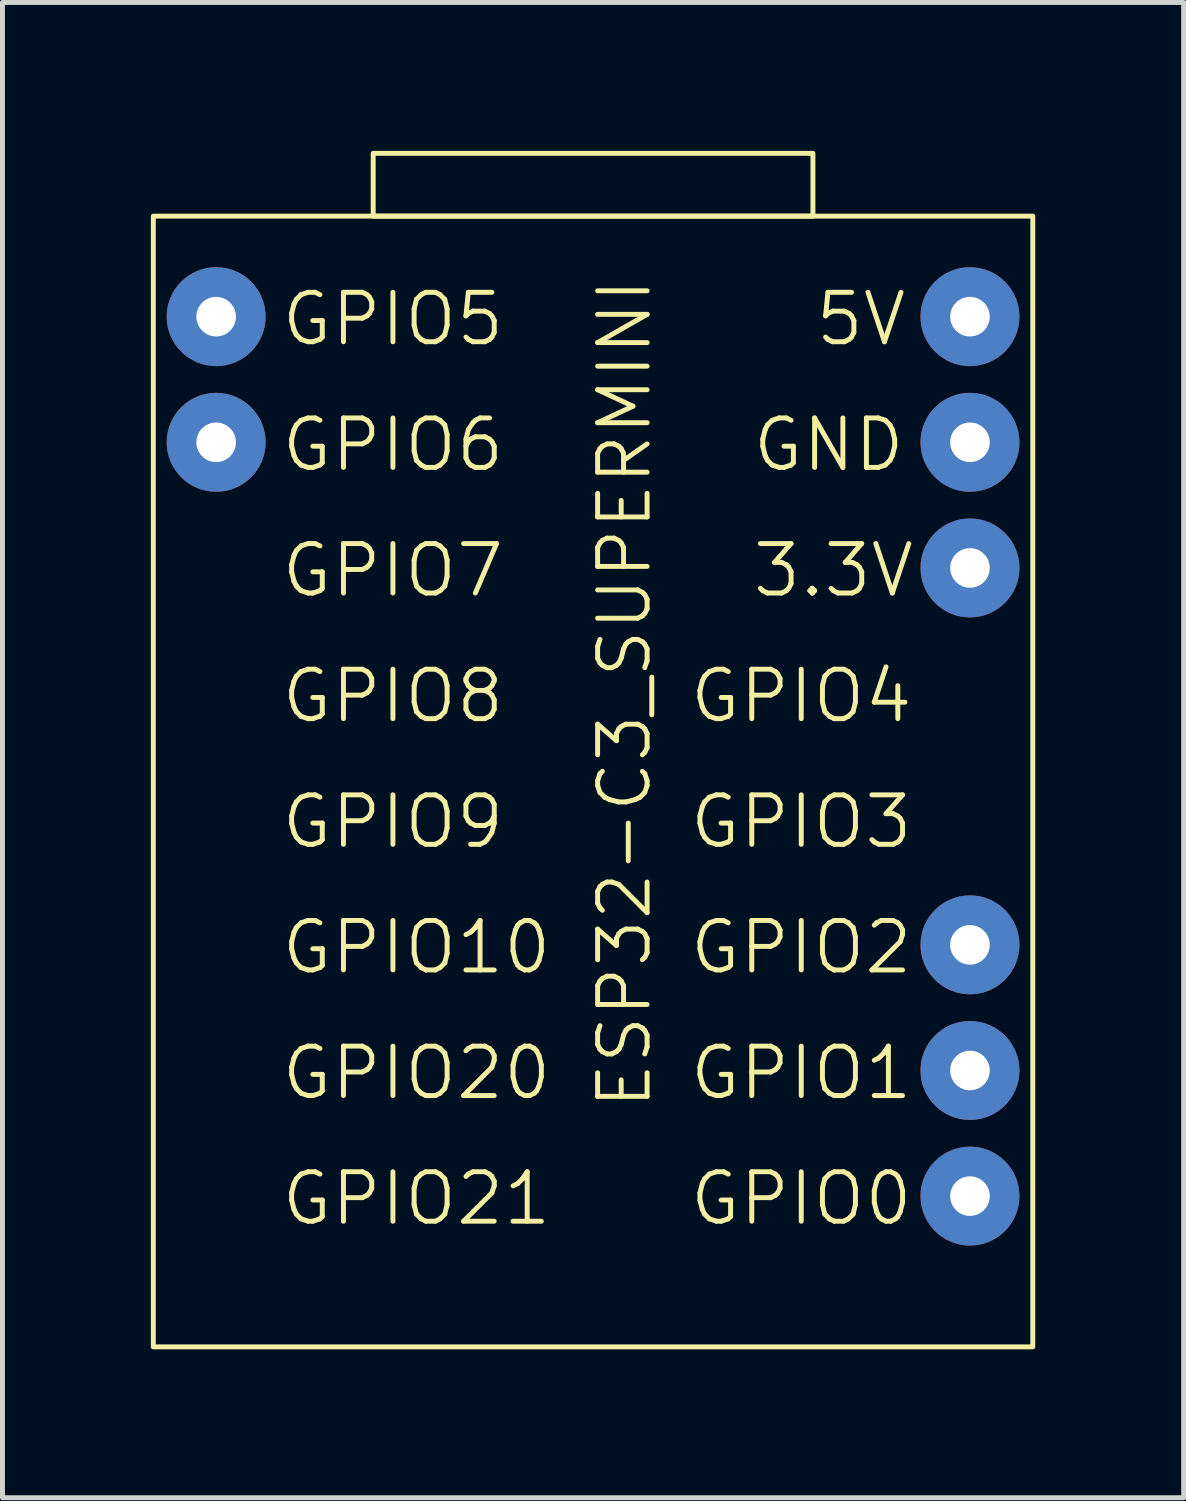
<source format=kicad_pcb>
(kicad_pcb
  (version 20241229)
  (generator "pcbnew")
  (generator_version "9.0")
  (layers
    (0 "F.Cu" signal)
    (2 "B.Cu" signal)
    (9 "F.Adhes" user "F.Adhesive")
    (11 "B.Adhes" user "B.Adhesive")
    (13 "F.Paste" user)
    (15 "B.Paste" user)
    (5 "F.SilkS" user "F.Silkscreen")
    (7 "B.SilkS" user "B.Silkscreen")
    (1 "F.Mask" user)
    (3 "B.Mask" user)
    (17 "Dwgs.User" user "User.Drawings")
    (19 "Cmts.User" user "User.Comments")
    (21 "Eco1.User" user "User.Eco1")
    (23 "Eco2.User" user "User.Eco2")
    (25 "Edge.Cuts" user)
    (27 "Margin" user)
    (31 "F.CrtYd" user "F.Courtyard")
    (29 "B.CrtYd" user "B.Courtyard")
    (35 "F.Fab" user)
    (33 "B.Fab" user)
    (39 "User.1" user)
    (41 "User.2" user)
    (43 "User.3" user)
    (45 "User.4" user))
  (footprint "ESP32-C3_SUPERMINI"
    (layer "F.Cu")
    (at 8.94 12.242)
    (property "Reference" "ESP32-C3_SUPERMINI" (at 0.635 -1.27 90) (unlocked yes) (layer "F.SilkS") (effects (font (size 1 1) (thickness 0.1))))
    (attr through_hole)
    (fp_rect (start -8.89 -10.922) (end 8.89 11.938) (stroke (width 0.1) (type default)) (fill no) (layer "F.SilkS"))
    (fp_rect (start -4.445 -12.192) (end 4.445 -10.922) (stroke (width 0.1) (type default)) (fill no) (layer "F.SilkS"))
    (fp_text user "GPIO8" (at -6.35 -0.635 0) (unlocked yes) (layer "F.SilkS") (effects (font (size 1 1) (thickness 0.1)) (justify left bottom)))
    (fp_text user "GPIO7" (at -6.35 -3.175 0) (unlocked yes) (layer "F.SilkS") (effects (font (size 1 1) (thickness 0.1)) (justify left bottom)))
    (fp_text user "GPIO5" (at -6.35 -8.255 0) (unlocked yes) (layer "F.SilkS") (effects (font (size 1 1) (thickness 0.1)) (justify left bottom)))
    (fp_text user "GPIO2" (at 1.905 4.445 0) (unlocked yes) (layer "F.SilkS") (effects (font (size 1 1) (thickness 0.1)) (justify left bottom)))
    (fp_text user "GPIO10" (at -6.35 4.445 0) (unlocked yes) (layer "F.SilkS") (effects (font (size 1 1) (thickness 0.1)) (justify left bottom)))
    (fp_text user "GPIO4" (at 1.905 -0.635 0) (unlocked yes) (layer "F.SilkS") (effects (font (size 1 1) (thickness 0.1)) (justify left bottom)))
    (fp_text user "GPIO9" (at -6.35 1.905 0) (unlocked yes) (layer "F.SilkS") (effects (font (size 1 1) (thickness 0.1)) (justify left bottom)))
    (fp_text user "GPIO1" (at 1.905 6.985 0) (unlocked yes) (layer "F.SilkS") (effects (font (size 1 1) (thickness 0.1)) (justify left bottom)))
    (fp_text user "GPIO21" (at -6.35 9.525 0) (unlocked yes) (layer "F.SilkS") (effects (font (size 1 1) (thickness 0.1)) (justify left bottom)))
    (fp_text user "GPIO0" (at 1.905 9.525 0) (unlocked yes) (layer "F.SilkS") (effects (font (size 1 1) (thickness 0.1)) (justify left bottom)))
    (fp_text user "GPIO3" (at 1.905 1.905 0) (unlocked yes) (layer "F.SilkS") (effects (font (size 1 1) (thickness 0.1)) (justify left bottom)))
    (fp_text user "GPIO6" (at -6.35 -5.715 0) (unlocked yes) (layer "F.SilkS") (effects (font (size 1 1) (thickness 0.1)) (justify left bottom)))
    (fp_text user "5V" (at 4.445 -8.255 0) (unlocked yes) (layer "F.SilkS") (effects (font (size 1 1) (thickness 0.1)) (justify left bottom)))
    (fp_text user "GPIO20" (at -6.35 6.985 0) (unlocked yes) (layer "F.SilkS") (effects (font (size 1 1) (thickness 0.1)) (justify left bottom)))
    (fp_text user "3.3V" (at 3.175 -3.175 0) (unlocked yes) (layer "F.SilkS") (effects (font (size 1 1) (thickness 0.1)) (justify left bottom)))
    (fp_text user "GND" (at 3.175 -5.715 0) (unlocked yes) (layer "F.SilkS") (effects (font (size 1 1) (thickness 0.1)) (justify left bottom)))
    (pad "1" thru_hole circle (at 7.62 -8.89) (size 2 2) (drill 0.8) (layers "*.Cu" "*.Mask"))
    (pad "2" thru_hole circle (at 7.62 -6.35) (size 2 2) (drill 0.8) (layers "*.Cu" "*.Mask"))
    (pad "3" thru_hole circle (at 7.62 -3.81) (size 2 2) (drill 0.8) (layers "*.Cu" "*.Mask"))
    (pad "6" thru_hole circle (at 7.62 3.81) (size 2 2) (drill 0.8) (layers "*.Cu" "*.Mask"))
    (pad "7" thru_hole circle (at 7.62 6.35) (size 2 2) (drill 0.8) (layers "*.Cu" "*.Mask"))
    (pad "8" thru_hole circle (at 7.62 8.89) (size 2 2) (drill 0.8) (layers "*.Cu" "*.Mask"))
    (pad "9" thru_hole circle (at -7.62 -8.89) (size 2 2) (drill 0.8) (layers "*.Cu" "*.Mask"))
    (pad "10" thru_hole circle (at -7.62 -6.35) (size 2 2) (drill 0.8) (layers "*.Cu" "*.Mask")))
  (gr_rect
    (start -3 -3)
    (end 20.88 27.23)
    (stroke (width 0.1) (type default))
    (fill no)
    (layer "Edge.Cuts")))
</source>
